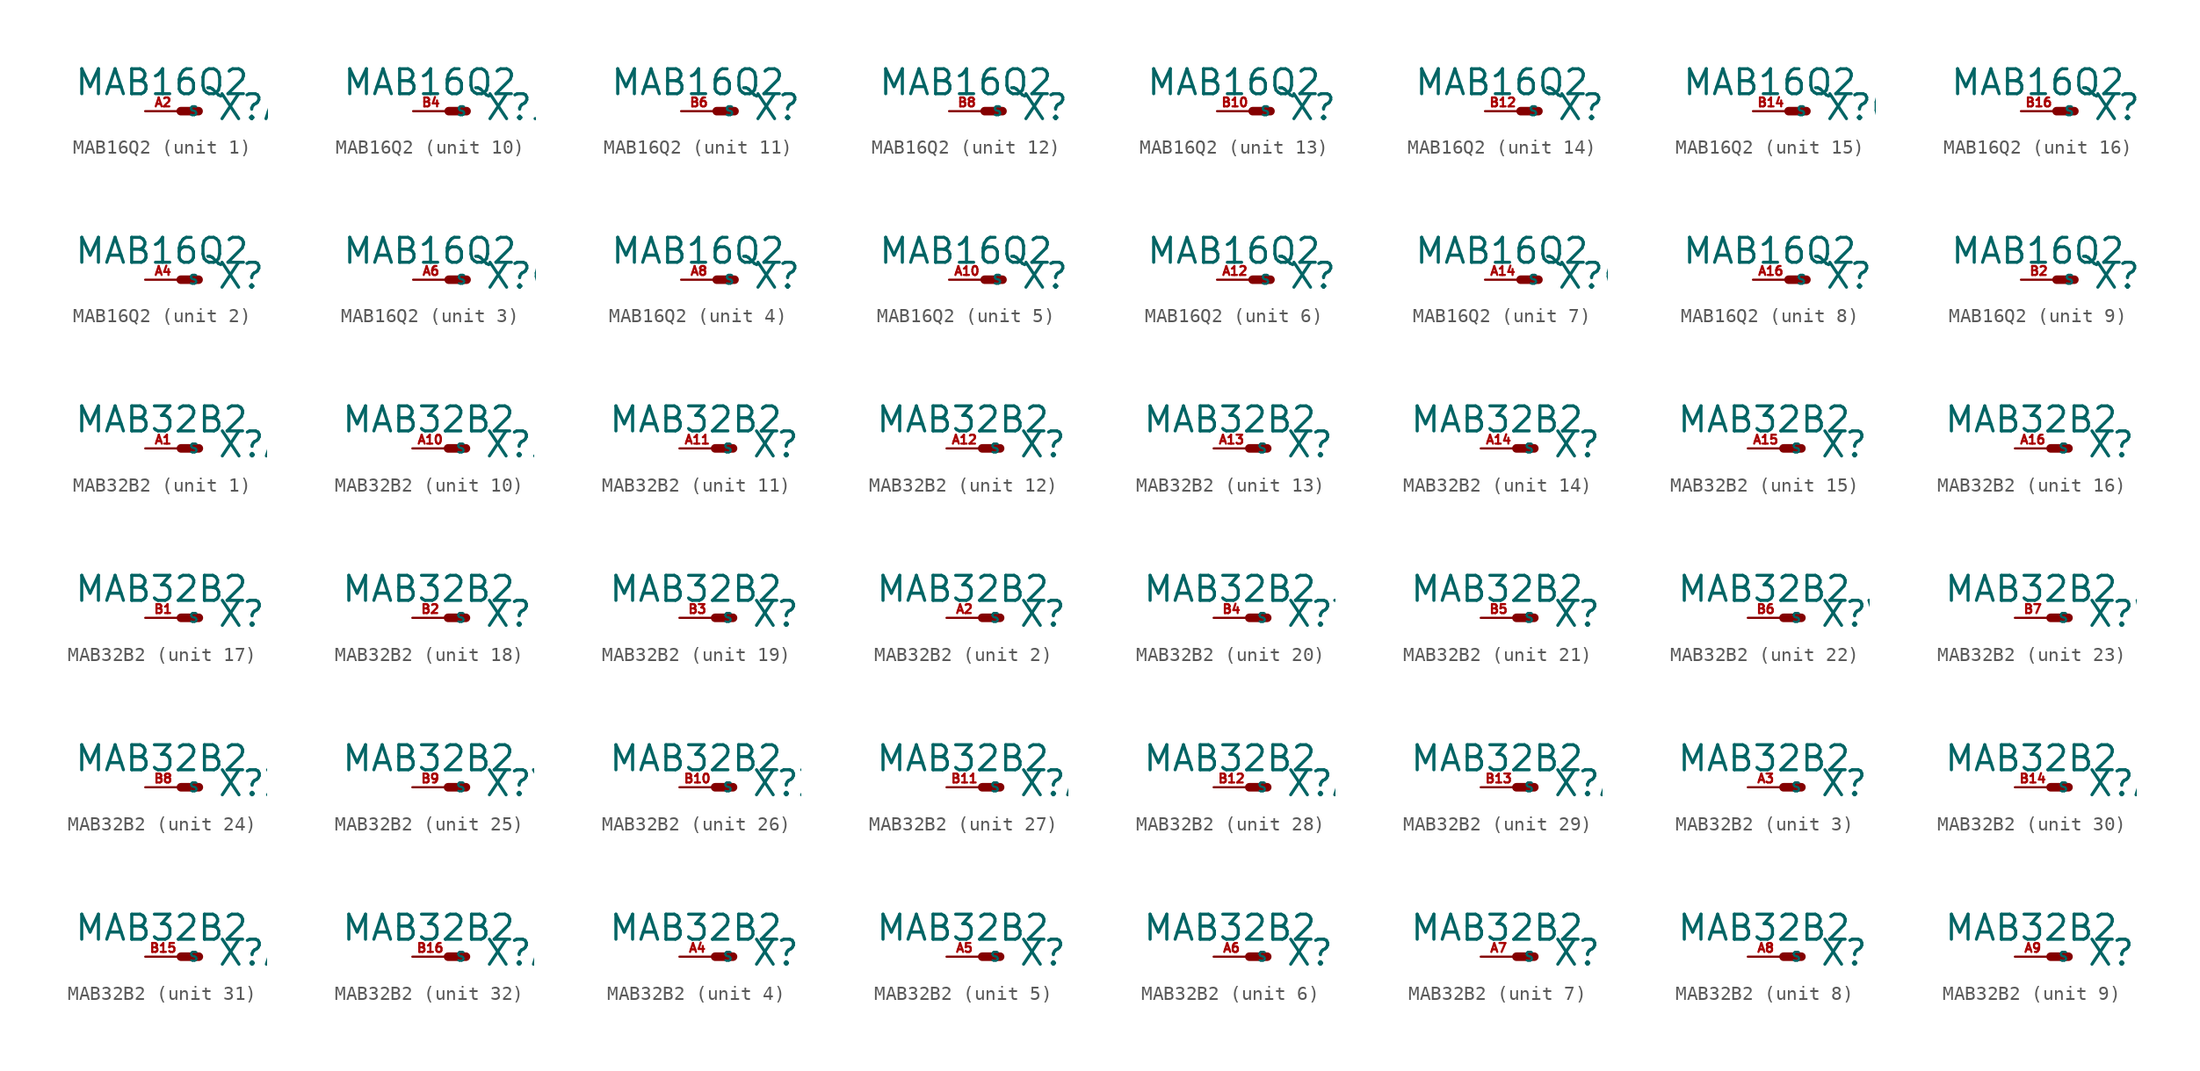
<source format=kicad_sym>
(kicad_symbol_lib
  (version 20220914)
  (generator Eagle2Kicad)
  (symbol "MAB16Q2"
    (property "Reference" "X"
      (at 2.54 -0.762 0)
      (effects (font (size 1.778 1.778) (thickness 0.22)) (justify left bottom)))
    (property "Value" "MAB16Q2"
      (at -7.62 1.016 0)
      (effects (font (size 1.778 1.778) (thickness 0.22)) (justify left bottom)))
    (symbol "MAB16Q2_1_0"
      (polyline (pts (xy 0 0) (xy 1.27 0)) (stroke (width 0.61) (type default)) (fill (type none)))
      (pin passive line (at -2.54 0 0) (length 2.54) (name "S" (effects (font (size 0.635 0.635) (thickness 0.08)) (justify left bottom))) (number "A2" (effects (font (size 0.635 0.635) (thickness 0.08)) (justify left bottom)))))
    (symbol "MAB16Q2_2_0"
      (polyline (pts (xy 0 0) (xy 1.27 0)) (stroke (width 0.61) (type default)) (fill (type none)))
      (pin passive line (at -2.54 0 0) (length 2.54) (name "S" (effects (font (size 0.635 0.635) (thickness 0.08)) (justify left bottom))) (number "A4" (effects (font (size 0.635 0.635) (thickness 0.08)) (justify left bottom)))))
    (symbol "MAB16Q2_3_0"
      (polyline (pts (xy 0 0) (xy 1.27 0)) (stroke (width 0.61) (type default)) (fill (type none)))
      (pin passive line (at -2.54 0 0) (length 2.54) (name "S" (effects (font (size 0.635 0.635) (thickness 0.08)) (justify left bottom))) (number "A6" (effects (font (size 0.635 0.635) (thickness 0.08)) (justify left bottom)))))
    (symbol "MAB16Q2_4_0"
      (polyline (pts (xy 0 0) (xy 1.27 0)) (stroke (width 0.61) (type default)) (fill (type none)))
      (pin passive line (at -2.54 0 0) (length 2.54) (name "S" (effects (font (size 0.635 0.635) (thickness 0.08)) (justify left bottom))) (number "A8" (effects (font (size 0.635 0.635) (thickness 0.08)) (justify left bottom)))))
    (symbol "MAB16Q2_5_0"
      (polyline (pts (xy 0 0) (xy 1.27 0)) (stroke (width 0.61) (type default)) (fill (type none)))
      (pin passive line (at -2.54 0 0) (length 2.54) (name "S" (effects (font (size 0.635 0.635) (thickness 0.08)) (justify left bottom))) (number "A10" (effects (font (size 0.635 0.635) (thickness 0.08)) (justify left bottom)))))
    (symbol "MAB16Q2_6_0"
      (polyline (pts (xy 0 0) (xy 1.27 0)) (stroke (width 0.61) (type default)) (fill (type none)))
      (pin passive line (at -2.54 0 0) (length 2.54) (name "S" (effects (font (size 0.635 0.635) (thickness 0.08)) (justify left bottom))) (number "A12" (effects (font (size 0.635 0.635) (thickness 0.08)) (justify left bottom)))))
    (symbol "MAB16Q2_7_0"
      (polyline (pts (xy 0 0) (xy 1.27 0)) (stroke (width 0.61) (type default)) (fill (type none)))
      (pin passive line (at -2.54 0 0) (length 2.54) (name "S" (effects (font (size 0.635 0.635) (thickness 0.08)) (justify left bottom))) (number "A14" (effects (font (size 0.635 0.635) (thickness 0.08)) (justify left bottom)))))
    (symbol "MAB16Q2_8_0"
      (polyline (pts (xy 0 0) (xy 1.27 0)) (stroke (width 0.61) (type default)) (fill (type none)))
      (pin passive line (at -2.54 0 0) (length 2.54) (name "S" (effects (font (size 0.635 0.635) (thickness 0.08)) (justify left bottom))) (number "A16" (effects (font (size 0.635 0.635) (thickness 0.08)) (justify left bottom)))))
    (symbol "MAB16Q2_9_0"
      (polyline (pts (xy 0 0) (xy 1.27 0)) (stroke (width 0.61) (type default)) (fill (type none)))
      (pin passive line (at -2.54 0 0) (length 2.54) (name "S" (effects (font (size 0.635 0.635) (thickness 0.08)) (justify left bottom))) (number "B2" (effects (font (size 0.635 0.635) (thickness 0.08)) (justify left bottom)))))
    (symbol "MAB16Q2_10_0"
      (polyline (pts (xy 0 0) (xy 1.27 0)) (stroke (width 0.61) (type default)) (fill (type none)))
      (pin passive line (at -2.54 0 0) (length 2.54) (name "S" (effects (font (size 0.635 0.635) (thickness 0.08)) (justify left bottom))) (number "B4" (effects (font (size 0.635 0.635) (thickness 0.08)) (justify left bottom)))))
    (symbol "MAB16Q2_11_0"
      (polyline (pts (xy 0 0) (xy 1.27 0)) (stroke (width 0.61) (type default)) (fill (type none)))
      (pin passive line (at -2.54 0 0) (length 2.54) (name "S" (effects (font (size 0.635 0.635) (thickness 0.08)) (justify left bottom))) (number "B6" (effects (font (size 0.635 0.635) (thickness 0.08)) (justify left bottom)))))
    (symbol "MAB16Q2_12_0"
      (polyline (pts (xy 0 0) (xy 1.27 0)) (stroke (width 0.61) (type default)) (fill (type none)))
      (pin passive line (at -2.54 0 0) (length 2.54) (name "S" (effects (font (size 0.635 0.635) (thickness 0.08)) (justify left bottom))) (number "B8" (effects (font (size 0.635 0.635) (thickness 0.08)) (justify left bottom)))))
    (symbol "MAB16Q2_13_0"
      (polyline (pts (xy 0 0) (xy 1.27 0)) (stroke (width 0.61) (type default)) (fill (type none)))
      (pin passive line (at -2.54 0 0) (length 2.54) (name "S" (effects (font (size 0.635 0.635) (thickness 0.08)) (justify left bottom))) (number "B10" (effects (font (size 0.635 0.635) (thickness 0.08)) (justify left bottom)))))
    (symbol "MAB16Q2_14_0"
      (polyline (pts (xy 0 0) (xy 1.27 0)) (stroke (width 0.61) (type default)) (fill (type none)))
      (pin passive line (at -2.54 0 0) (length 2.54) (name "S" (effects (font (size 0.635 0.635) (thickness 0.08)) (justify left bottom))) (number "B12" (effects (font (size 0.635 0.635) (thickness 0.08)) (justify left bottom)))))
    (symbol "MAB16Q2_15_0"
      (polyline (pts (xy 0 0) (xy 1.27 0)) (stroke (width 0.61) (type default)) (fill (type none)))
      (pin passive line (at -2.54 0 0) (length 2.54) (name "S" (effects (font (size 0.635 0.635) (thickness 0.08)) (justify left bottom))) (number "B14" (effects (font (size 0.635 0.635) (thickness 0.08)) (justify left bottom)))))
    (symbol "MAB16Q2_16_0"
      (polyline (pts (xy 0 0) (xy 1.27 0)) (stroke (width 0.61) (type default)) (fill (type none)))
      (pin passive line (at -2.54 0 0) (length 2.54) (name "S" (effects (font (size 0.635 0.635) (thickness 0.08)) (justify left bottom))) (number "B16" (effects (font (size 0.635 0.635) (thickness 0.08)) (justify left bottom))))))
  (symbol "MAB32B2"
    (property "Reference" "X"
      (at 2.54 -0.762 0)
      (effects (font (size 1.778 1.778) (thickness 0.22)) (justify left bottom)))
    (property "Value" "MAB32B2"
      (at -7.62 1.016 0)
      (effects (font (size 1.778 1.778) (thickness 0.22)) (justify left bottom)))
    (symbol "MAB32B2_1_0"
      (polyline (pts (xy 0 0) (xy 1.27 0)) (stroke (width 0.61) (type default)) (fill (type none)))
      (pin passive line (at -2.54 0 0) (length 2.54) (name "S" (effects (font (size 0.635 0.635) (thickness 0.08)) (justify left bottom))) (number "A1" (effects (font (size 0.635 0.635) (thickness 0.08)) (justify left bottom)))))
    (symbol "MAB32B2_2_0"
      (polyline (pts (xy 0 0) (xy 1.27 0)) (stroke (width 0.61) (type default)) (fill (type none)))
      (pin passive line (at -2.54 0 0) (length 2.54) (name "S" (effects (font (size 0.635 0.635) (thickness 0.08)) (justify left bottom))) (number "A2" (effects (font (size 0.635 0.635) (thickness 0.08)) (justify left bottom)))))
    (symbol "MAB32B2_3_0"
      (polyline (pts (xy 0 0) (xy 1.27 0)) (stroke (width 0.61) (type default)) (fill (type none)))
      (pin passive line (at -2.54 0 0) (length 2.54) (name "S" (effects (font (size 0.635 0.635) (thickness 0.08)) (justify left bottom))) (number "A3" (effects (font (size 0.635 0.635) (thickness 0.08)) (justify left bottom)))))
    (symbol "MAB32B2_4_0"
      (polyline (pts (xy 0 0) (xy 1.27 0)) (stroke (width 0.61) (type default)) (fill (type none)))
      (pin passive line (at -2.54 0 0) (length 2.54) (name "S" (effects (font (size 0.635 0.635) (thickness 0.08)) (justify left bottom))) (number "A4" (effects (font (size 0.635 0.635) (thickness 0.08)) (justify left bottom)))))
    (symbol "MAB32B2_5_0"
      (polyline (pts (xy 0 0) (xy 1.27 0)) (stroke (width 0.61) (type default)) (fill (type none)))
      (pin passive line (at -2.54 0 0) (length 2.54) (name "S" (effects (font (size 0.635 0.635) (thickness 0.08)) (justify left bottom))) (number "A5" (effects (font (size 0.635 0.635) (thickness 0.08)) (justify left bottom)))))
    (symbol "MAB32B2_6_0"
      (polyline (pts (xy 0 0) (xy 1.27 0)) (stroke (width 0.61) (type default)) (fill (type none)))
      (pin passive line (at -2.54 0 0) (length 2.54) (name "S" (effects (font (size 0.635 0.635) (thickness 0.08)) (justify left bottom))) (number "A6" (effects (font (size 0.635 0.635) (thickness 0.08)) (justify left bottom)))))
    (symbol "MAB32B2_7_0"
      (polyline (pts (xy 0 0) (xy 1.27 0)) (stroke (width 0.61) (type default)) (fill (type none)))
      (pin passive line (at -2.54 0 0) (length 2.54) (name "S" (effects (font (size 0.635 0.635) (thickness 0.08)) (justify left bottom))) (number "A7" (effects (font (size 0.635 0.635) (thickness 0.08)) (justify left bottom)))))
    (symbol "MAB32B2_8_0"
      (polyline (pts (xy 0 0) (xy 1.27 0)) (stroke (width 0.61) (type default)) (fill (type none)))
      (pin passive line (at -2.54 0 0) (length 2.54) (name "S" (effects (font (size 0.635 0.635) (thickness 0.08)) (justify left bottom))) (number "A8" (effects (font (size 0.635 0.635) (thickness 0.08)) (justify left bottom)))))
    (symbol "MAB32B2_9_0"
      (polyline (pts (xy 0 0) (xy 1.27 0)) (stroke (width 0.61) (type default)) (fill (type none)))
      (pin passive line (at -2.54 0 0) (length 2.54) (name "S" (effects (font (size 0.635 0.635) (thickness 0.08)) (justify left bottom))) (number "A9" (effects (font (size 0.635 0.635) (thickness 0.08)) (justify left bottom)))))
    (symbol "MAB32B2_10_0"
      (polyline (pts (xy 0 0) (xy 1.27 0)) (stroke (width 0.61) (type default)) (fill (type none)))
      (pin passive line (at -2.54 0 0) (length 2.54) (name "S" (effects (font (size 0.635 0.635) (thickness 0.08)) (justify left bottom))) (number "A10" (effects (font (size 0.635 0.635) (thickness 0.08)) (justify left bottom)))))
    (symbol "MAB32B2_11_0"
      (polyline (pts (xy 0 0) (xy 1.27 0)) (stroke (width 0.61) (type default)) (fill (type none)))
      (pin passive line (at -2.54 0 0) (length 2.54) (name "S" (effects (font (size 0.635 0.635) (thickness 0.08)) (justify left bottom))) (number "A11" (effects (font (size 0.635 0.635) (thickness 0.08)) (justify left bottom)))))
    (symbol "MAB32B2_12_0"
      (polyline (pts (xy 0 0) (xy 1.27 0)) (stroke (width 0.61) (type default)) (fill (type none)))
      (pin passive line (at -2.54 0 0) (length 2.54) (name "S" (effects (font (size 0.635 0.635) (thickness 0.08)) (justify left bottom))) (number "A12" (effects (font (size 0.635 0.635) (thickness 0.08)) (justify left bottom)))))
    (symbol "MAB32B2_13_0"
      (polyline (pts (xy 0 0) (xy 1.27 0)) (stroke (width 0.61) (type default)) (fill (type none)))
      (pin passive line (at -2.54 0 0) (length 2.54) (name "S" (effects (font (size 0.635 0.635) (thickness 0.08)) (justify left bottom))) (number "A13" (effects (font (size 0.635 0.635) (thickness 0.08)) (justify left bottom)))))
    (symbol "MAB32B2_14_0"
      (polyline (pts (xy 0 0) (xy 1.27 0)) (stroke (width 0.61) (type default)) (fill (type none)))
      (pin passive line (at -2.54 0 0) (length 2.54) (name "S" (effects (font (size 0.635 0.635) (thickness 0.08)) (justify left bottom))) (number "A14" (effects (font (size 0.635 0.635) (thickness 0.08)) (justify left bottom)))))
    (symbol "MAB32B2_15_0"
      (polyline (pts (xy 0 0) (xy 1.27 0)) (stroke (width 0.61) (type default)) (fill (type none)))
      (pin passive line (at -2.54 0 0) (length 2.54) (name "S" (effects (font (size 0.635 0.635) (thickness 0.08)) (justify left bottom))) (number "A15" (effects (font (size 0.635 0.635) (thickness 0.08)) (justify left bottom)))))
    (symbol "MAB32B2_16_0"
      (polyline (pts (xy 0 0) (xy 1.27 0)) (stroke (width 0.61) (type default)) (fill (type none)))
      (pin passive line (at -2.54 0 0) (length 2.54) (name "S" (effects (font (size 0.635 0.635) (thickness 0.08)) (justify left bottom))) (number "A16" (effects (font (size 0.635 0.635) (thickness 0.08)) (justify left bottom)))))
    (symbol "MAB32B2_17_0"
      (polyline (pts (xy 0 0) (xy 1.27 0)) (stroke (width 0.61) (type default)) (fill (type none)))
      (pin passive line (at -2.54 0 0) (length 2.54) (name "S" (effects (font (size 0.635 0.635) (thickness 0.08)) (justify left bottom))) (number "B1" (effects (font (size 0.635 0.635) (thickness 0.08)) (justify left bottom)))))
    (symbol "MAB32B2_18_0"
      (polyline (pts (xy 0 0) (xy 1.27 0)) (stroke (width 0.61) (type default)) (fill (type none)))
      (pin passive line (at -2.54 0 0) (length 2.54) (name "S" (effects (font (size 0.635 0.635) (thickness 0.08)) (justify left bottom))) (number "B2" (effects (font (size 0.635 0.635) (thickness 0.08)) (justify left bottom)))))
    (symbol "MAB32B2_19_0"
      (polyline (pts (xy 0 0) (xy 1.27 0)) (stroke (width 0.61) (type default)) (fill (type none)))
      (pin passive line (at -2.54 0 0) (length 2.54) (name "S" (effects (font (size 0.635 0.635) (thickness 0.08)) (justify left bottom))) (number "B3" (effects (font (size 0.635 0.635) (thickness 0.08)) (justify left bottom)))))
    (symbol "MAB32B2_20_0"
      (polyline (pts (xy 0 0) (xy 1.27 0)) (stroke (width 0.61) (type default)) (fill (type none)))
      (pin passive line (at -2.54 0 0) (length 2.54) (name "S" (effects (font (size 0.635 0.635) (thickness 0.08)) (justify left bottom))) (number "B4" (effects (font (size 0.635 0.635) (thickness 0.08)) (justify left bottom)))))
    (symbol "MAB32B2_21_0"
      (polyline (pts (xy 0 0) (xy 1.27 0)) (stroke (width 0.61) (type default)) (fill (type none)))
      (pin passive line (at -2.54 0 0) (length 2.54) (name "S" (effects (font (size 0.635 0.635) (thickness 0.08)) (justify left bottom))) (number "B5" (effects (font (size 0.635 0.635) (thickness 0.08)) (justify left bottom)))))
    (symbol "MAB32B2_22_0"
      (polyline (pts (xy 0 0) (xy 1.27 0)) (stroke (width 0.61) (type default)) (fill (type none)))
      (pin passive line (at -2.54 0 0) (length 2.54) (name "S" (effects (font (size 0.635 0.635) (thickness 0.08)) (justify left bottom))) (number "B6" (effects (font (size 0.635 0.635) (thickness 0.08)) (justify left bottom)))))
    (symbol "MAB32B2_23_0"
      (polyline (pts (xy 0 0) (xy 1.27 0)) (stroke (width 0.61) (type default)) (fill (type none)))
      (pin passive line (at -2.54 0 0) (length 2.54) (name "S" (effects (font (size 0.635 0.635) (thickness 0.08)) (justify left bottom))) (number "B7" (effects (font (size 0.635 0.635) (thickness 0.08)) (justify left bottom)))))
    (symbol "MAB32B2_24_0"
      (polyline (pts (xy 0 0) (xy 1.27 0)) (stroke (width 0.61) (type default)) (fill (type none)))
      (pin passive line (at -2.54 0 0) (length 2.54) (name "S" (effects (font (size 0.635 0.635) (thickness 0.08)) (justify left bottom))) (number "B8" (effects (font (size 0.635 0.635) (thickness 0.08)) (justify left bottom)))))
    (symbol "MAB32B2_25_0"
      (polyline (pts (xy 0 0) (xy 1.27 0)) (stroke (width 0.61) (type default)) (fill (type none)))
      (pin passive line (at -2.54 0 0) (length 2.54) (name "S" (effects (font (size 0.635 0.635) (thickness 0.08)) (justify left bottom))) (number "B9" (effects (font (size 0.635 0.635) (thickness 0.08)) (justify left bottom)))))
    (symbol "MAB32B2_26_0"
      (polyline (pts (xy 0 0) (xy 1.27 0)) (stroke (width 0.61) (type default)) (fill (type none)))
      (pin passive line (at -2.54 0 0) (length 2.54) (name "S" (effects (font (size 0.635 0.635) (thickness 0.08)) (justify left bottom))) (number "B10" (effects (font (size 0.635 0.635) (thickness 0.08)) (justify left bottom)))))
    (symbol "MAB32B2_27_0"
      (polyline (pts (xy 0 0) (xy 1.27 0)) (stroke (width 0.61) (type default)) (fill (type none)))
      (pin passive line (at -2.54 0 0) (length 2.54) (name "S" (effects (font (size 0.635 0.635) (thickness 0.08)) (justify left bottom))) (number "B11" (effects (font (size 0.635 0.635) (thickness 0.08)) (justify left bottom)))))
    (symbol "MAB32B2_28_0"
      (polyline (pts (xy 0 0) (xy 1.27 0)) (stroke (width 0.61) (type default)) (fill (type none)))
      (pin passive line (at -2.54 0 0) (length 2.54) (name "S" (effects (font (size 0.635 0.635) (thickness 0.08)) (justify left bottom))) (number "B12" (effects (font (size 0.635 0.635) (thickness 0.08)) (justify left bottom)))))
    (symbol "MAB32B2_29_0"
      (polyline (pts (xy 0 0) (xy 1.27 0)) (stroke (width 0.61) (type default)) (fill (type none)))
      (pin passive line (at -2.54 0 0) (length 2.54) (name "S" (effects (font (size 0.635 0.635) (thickness 0.08)) (justify left bottom))) (number "B13" (effects (font (size 0.635 0.635) (thickness 0.08)) (justify left bottom)))))
    (symbol "MAB32B2_30_0"
      (polyline (pts (xy 0 0) (xy 1.27 0)) (stroke (width 0.61) (type default)) (fill (type none)))
      (pin passive line (at -2.54 0 0) (length 2.54) (name "S" (effects (font (size 0.635 0.635) (thickness 0.08)) (justify left bottom))) (number "B14" (effects (font (size 0.635 0.635) (thickness 0.08)) (justify left bottom)))))
    (symbol "MAB32B2_31_0"
      (polyline (pts (xy 0 0) (xy 1.27 0)) (stroke (width 0.61) (type default)) (fill (type none)))
      (pin passive line (at -2.54 0 0) (length 2.54) (name "S" (effects (font (size 0.635 0.635) (thickness 0.08)) (justify left bottom))) (number "B15" (effects (font (size 0.635 0.635) (thickness 0.08)) (justify left bottom)))))
    (symbol "MAB32B2_32_0"
      (polyline (pts (xy 0 0) (xy 1.27 0)) (stroke (width 0.61) (type default)) (fill (type none)))
      (pin passive line (at -2.54 0 0) (length 2.54) (name "S" (effects (font (size 0.635 0.635) (thickness 0.08)) (justify left bottom))) (number "B16" (effects (font (size 0.635 0.635) (thickness 0.08)) (justify left bottom)))))))
</source>
